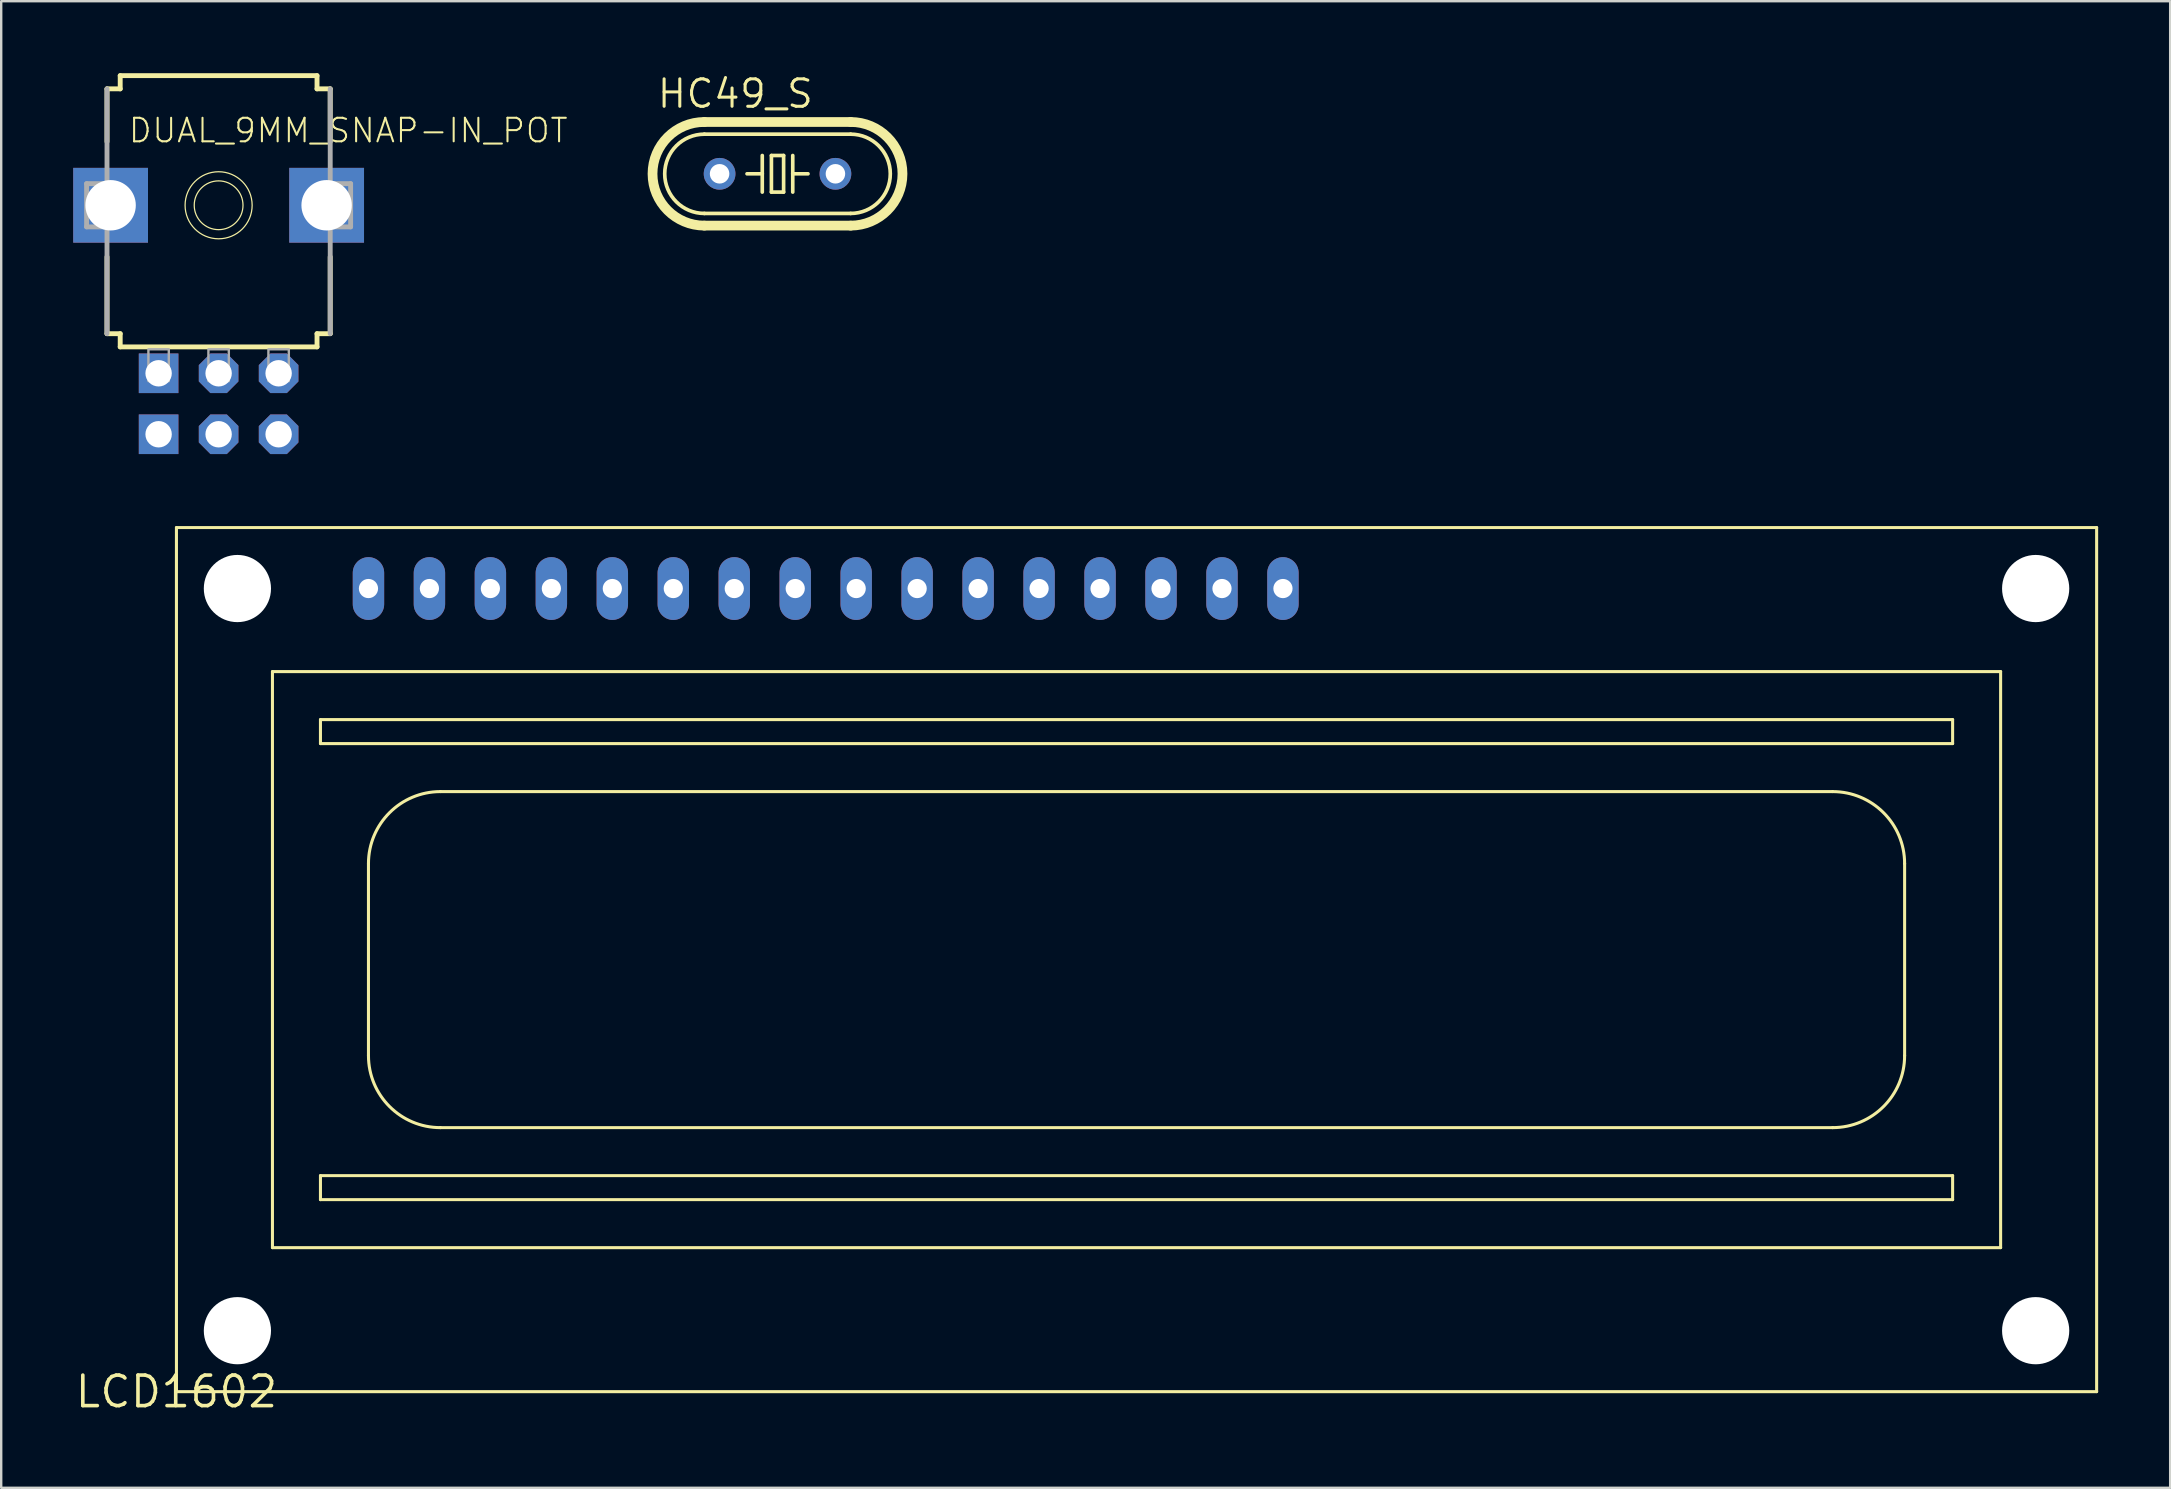
<source format=kicad_pcb>
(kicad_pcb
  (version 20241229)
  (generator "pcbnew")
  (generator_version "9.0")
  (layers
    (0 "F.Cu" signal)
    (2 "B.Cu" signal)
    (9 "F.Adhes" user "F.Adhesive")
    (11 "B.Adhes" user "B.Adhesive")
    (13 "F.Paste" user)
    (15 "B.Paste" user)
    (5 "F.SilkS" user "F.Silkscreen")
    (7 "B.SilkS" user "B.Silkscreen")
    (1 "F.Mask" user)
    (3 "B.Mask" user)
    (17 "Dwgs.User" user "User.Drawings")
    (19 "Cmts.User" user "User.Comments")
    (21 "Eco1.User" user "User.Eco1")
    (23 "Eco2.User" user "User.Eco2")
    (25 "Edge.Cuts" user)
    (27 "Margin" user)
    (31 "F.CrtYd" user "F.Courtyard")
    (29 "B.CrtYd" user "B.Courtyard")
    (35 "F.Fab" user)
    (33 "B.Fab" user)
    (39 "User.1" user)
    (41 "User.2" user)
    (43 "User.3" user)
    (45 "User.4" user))
  (footprint "LCD1602"
    (layer "F.Cu")
    (at 4.301 54.93)
    (property "Reference" "LCD1602" (at 0 0 0) (layer "F.SilkS") (effects (font (size 1.27 1.27) (thickness 0.15))))
    (fp_line (start 0 -36) (end 0 0) (stroke (width 0.127) (type solid)) (layer "F.SilkS"))
    (fp_line (start 0 0) (end 80 0) (stroke (width 0.127) (type solid)) (layer "F.SilkS"))
    (fp_line (start 4 -30) (end 76 -30) (stroke (width 0.127) (type solid)) (layer "F.SilkS"))
    (fp_line (start 4 -6) (end 4 -30) (stroke (width 0.127) (type solid)) (layer "F.SilkS"))
    (fp_line (start 6 -28) (end 74 -28) (stroke (width 0.127) (type solid)) (layer "F.SilkS"))
    (fp_line (start 6 -27) (end 6 -28) (stroke (width 0.127) (type solid)) (layer "F.SilkS"))
    (fp_line (start 6 -9) (end 6 -8) (stroke (width 0.127) (type solid)) (layer "F.SilkS"))
    (fp_line (start 6 -8) (end 74 -8) (stroke (width 0.127) (type solid)) (layer "F.SilkS"))
    (fp_line (start 8 -22) (end 8 -14) (stroke (width 0.127) (type solid)) (layer "F.SilkS"))
    (fp_line (start 11 -11) (end 69 -11) (stroke (width 0.127) (type solid)) (layer "F.SilkS"))
    (fp_line (start 69 -25) (end 11 -25) (stroke (width 0.127) (type solid)) (layer "F.SilkS"))
    (fp_line (start 72 -14) (end 72 -22) (stroke (width 0.127) (type solid)) (layer "F.SilkS"))
    (fp_line (start 74 -28) (end 74 -27) (stroke (width 0.127) (type solid)) (layer "F.SilkS"))
    (fp_line (start 74 -27) (end 6 -27) (stroke (width 0.127) (type solid)) (layer "F.SilkS"))
    (fp_line (start 74 -9) (end 6 -9) (stroke (width 0.127) (type solid)) (layer "F.SilkS"))
    (fp_line (start 74 -8) (end 74 -9) (stroke (width 0.127) (type solid)) (layer "F.SilkS"))
    (fp_line (start 76 -30) (end 76 -6) (stroke (width 0.127) (type solid)) (layer "F.SilkS"))
    (fp_line (start 76 -6) (end 4 -6) (stroke (width 0.127) (type solid)) (layer "F.SilkS"))
    (fp_line (start 80 -36) (end 0 -36) (stroke (width 0.127) (type solid)) (layer "F.SilkS"))
    (fp_line (start 80 0) (end 80 -36) (stroke (width 0.127) (type solid)) (layer "F.SilkS"))
    (fp_arc (start 8 -22) (mid 8.87868 -24.12132) (end 11 -25) (stroke (width 0.127) (type solid)) (layer "F.SilkS"))
    (fp_arc (start 11 -11) (mid 8.87868 -11.87868) (end 8 -14) (stroke (width 0.127) (type solid)) (layer "F.SilkS"))
    (fp_arc (start 69 -25) (mid 71.12132 -24.12132) (end 72 -22) (stroke (width 0.127) (type solid)) (layer "F.SilkS"))
    (fp_arc (start 72 -14) (mid 71.12132 -11.87868) (end 69 -11) (stroke (width 0.127) (type solid)) (layer "F.SilkS"))
    (pad "" np_thru_hole circle (at 2.54 -33.46) (size 2.8 2.8) (drill 2.8) (layers "*.Cu" "*.Mask"))
    (pad "" np_thru_hole circle (at 2.54 -2.54) (size 2.8 2.8) (drill 2.8) (layers "*.Cu" "*.Mask"))
    (pad "" np_thru_hole circle (at 77.46 -33.46) (size 2.8 2.8) (drill 2.8) (layers "*.Cu" "*.Mask"))
    (pad "" np_thru_hole circle (at 77.46 -2.54) (size 2.8 2.8) (drill 2.8) (layers "*.Cu" "*.Mask"))
    (pad "1" thru_hole oval (at 8 -33.46 90) (size 2.616 1.308) (drill 0.8) (layers "*.Cu" "*.Mask"))
    (pad "2" thru_hole oval (at 10.54 -33.46 90) (size 2.616 1.308) (drill 0.8) (layers "*.Cu" "*.Mask"))
    (pad "3" thru_hole oval (at 13.08 -33.46 90) (size 2.616 1.308) (drill 0.8) (layers "*.Cu" "*.Mask"))
    (pad "4" thru_hole oval (at 15.62 -33.46 90) (size 2.616 1.308) (drill 0.8) (layers "*.Cu" "*.Mask"))
    (pad "5" thru_hole oval (at 18.16 -33.46 90) (size 2.616 1.308) (drill 0.8) (layers "*.Cu" "*.Mask"))
    (pad "6" thru_hole oval (at 20.7 -33.46 90) (size 2.616 1.308) (drill 0.8) (layers "*.Cu" "*.Mask"))
    (pad "7" thru_hole oval (at 23.24 -33.46 90) (size 2.616 1.308) (drill 0.8) (layers "*.Cu" "*.Mask"))
    (pad "8" thru_hole oval (at 25.78 -33.46 90) (size 2.616 1.308) (drill 0.8) (layers "*.Cu" "*.Mask"))
    (pad "9" thru_hole oval (at 28.32 -33.46 90) (size 2.616 1.308) (drill 0.8) (layers "*.Cu" "*.Mask"))
    (pad "10" thru_hole oval (at 30.86 -33.46 90) (size 2.616 1.308) (drill 0.8) (layers "*.Cu" "*.Mask"))
    (pad "11" thru_hole oval (at 33.4 -33.46 90) (size 2.616 1.308) (drill 0.8) (layers "*.Cu" "*.Mask"))
    (pad "12" thru_hole oval (at 35.94 -33.46 90) (size 2.616 1.308) (drill 0.8) (layers "*.Cu" "*.Mask"))
    (pad "13" thru_hole oval (at 38.48 -33.46 90) (size 2.616 1.308) (drill 0.8) (layers "*.Cu" "*.Mask"))
    (pad "14" thru_hole oval (at 41.02 -33.46 90) (size 2.616 1.308) (drill 0.8) (layers "*.Cu" "*.Mask"))
    (pad "15" thru_hole oval (at 43.56 -33.46 90) (size 2.616 1.308) (drill 0.8) (layers "*.Cu" "*.Mask"))
    (pad "16" thru_hole oval (at 46.1 -33.46 90) (size 2.616 1.308) (drill 0.8) (layers "*.Cu" "*.Mask")))
  (footprint "DUAL_9MM_SNAP-IN_POT"
    (layer "F.Cu")
    (at 6.058 5.502)
    (property "Reference" "DUAL_9MM_SNAP-IN_POT" (at -3.81 -2.54 0) (layer "F.SilkS") (effects (font (size 0.981 0.981) (thickness 0.085)) (justify left bottom)))
    (fp_line (start -4.65 -2.65) (end -4.65 -4.85) (stroke (width 0.203) (type solid)) (layer "F.SilkS"))
    (fp_line (start -4.65 5.35) (end -4.65 2.15) (stroke (width 0.203) (type solid)) (layer "F.SilkS"))
    (fp_line (start -4.65 5.35) (end -4.1 5.35) (stroke (width 0.203) (type solid)) (layer "F.SilkS"))
    (fp_line (start -4.1 -5.4) (end -4.1 -4.85) (stroke (width 0.203) (type solid)) (layer "F.SilkS"))
    (fp_line (start -4.1 -5.4) (end 4.1 -5.4) (stroke (width 0.203) (type solid)) (layer "F.SilkS"))
    (fp_line (start -4.1 -4.85) (end -4.65 -4.85) (stroke (width 0.203) (type solid)) (layer "F.SilkS"))
    (fp_line (start -4.1 5.35) (end -4.1 5.9) (stroke (width 0.203) (type solid)) (layer "F.SilkS"))
    (fp_line (start 4.1 -4.85) (end 4.1 -5.4) (stroke (width 0.203) (type solid)) (layer "F.SilkS"))
    (fp_line (start 4.1 5.35) (end 4.65 5.35) (stroke (width 0.203) (type solid)) (layer "F.SilkS"))
    (fp_line (start 4.1 5.9) (end -4.1 5.9) (stroke (width 0.203) (type solid)) (layer "F.SilkS"))
    (fp_line (start 4.1 5.9) (end 4.1 5.35) (stroke (width 0.203) (type solid)) (layer "F.SilkS"))
    (fp_line (start 4.65 -4.85) (end 4.1 -4.85) (stroke (width 0.203) (type solid)) (layer "F.SilkS"))
    (fp_line (start 4.65 -4.85) (end 4.65 -2.65) (stroke (width 0.203) (type solid)) (layer "F.SilkS"))
    (fp_line (start 4.65 2.15) (end 4.65 5.35) (stroke (width 0.203) (type solid)) (layer "F.SilkS"))
    (fp_circle (center 0 0) (end 1.016 0) (stroke (width 0.051) (type solid)) (fill no) (layer "F.SilkS"))
    (fp_circle (center 0 0) (end 1.397 0) (stroke (width 0.051) (type solid)) (fill no) (layer "F.SilkS"))
    (fp_line (start -5.5 -0.9) (end -5.5 0.9) (stroke (width 0.203) (type solid)) (layer "F.Fab"))
    (fp_line (start -5.5 0.9) (end -4.75 0.9) (stroke (width 0.203) (type solid)) (layer "F.Fab"))
    (fp_line (start -4.75 -0.9) (end -5.5 -0.9) (stroke (width 0.203) (type solid)) (layer "F.Fab"))
    (fp_line (start -4.65 5.35) (end -4.65 -4.85) (stroke (width 0.203) (type solid)) (layer "F.Fab"))
    (fp_line (start 4.65 -4.85) (end 4.65 5.35) (stroke (width 0.203) (type solid)) (layer "F.Fab"))
    (fp_line (start 4.75 0.9) (end 5.5 0.9) (stroke (width 0.203) (type solid)) (layer "F.Fab"))
    (fp_line (start 5.5 -0.9) (end 4.75 -0.9) (stroke (width 0.203) (type solid)) (layer "F.Fab"))
    (fp_line (start 5.5 0.9) (end 5.5 -0.9) (stroke (width 0.203) (type solid)) (layer "F.Fab"))
    (fp_poly (pts (xy -2.925 7.325) (xy -2.075 7.325) (xy -2.075 6) (xy -2.925 6)) (stroke (width 0.1) (type solid)) (fill no) (layer "F.Fab"))
    (fp_poly (pts (xy -0.425 7.325) (xy 0.425 7.325) (xy 0.425 6) (xy -0.425 6)) (stroke (width 0.1) (type solid)) (fill no) (layer "F.Fab"))
    (fp_poly (pts (xy 2.075 7.325) (xy 2.925 7.325) (xy 2.925 6) (xy 2.075 6)) (stroke (width 0.1) (type solid)) (fill no) (layer "F.Fab"))
    (pad "1" thru_hole rect (at -2.5 7 270) (size 1.65 1.65) (drill 1.1) (layers "*.Cu" "*.Mask"))
    (pad "1B" thru_hole rect (at -2.5 9.54 270) (size 1.65 1.65) (drill 1.1) (layers "*.Cu" "*.Mask"))
    (pad "2" thru_hole roundrect (at 0 7 270) (size 1.65 1.65) (drill 1.1) (layers "*.Cu" "*.Mask") (roundrect_rratio 0.25) (chamfer_ratio 0.293) (chamfer top_left top_right bottom_left bottom_right))
    (pad "2B" thru_hole roundrect (at 0 9.54 270) (size 1.65 1.65) (drill 1.1) (layers "*.Cu" "*.Mask") (roundrect_rratio 0.25) (chamfer_ratio 0.293) (chamfer top_left top_right bottom_left bottom_right))
    (pad "3" thru_hole roundrect (at 2.5 7 270) (size 1.65 1.65) (drill 1.1) (layers "*.Cu" "*.Mask") (roundrect_rratio 0.25) (chamfer_ratio 0.293) (chamfer top_left top_right bottom_left bottom_right))
    (pad "3B" thru_hole roundrect (at 2.5 9.54 270) (size 1.65 1.65) (drill 1.1) (layers "*.Cu" "*.Mask") (roundrect_rratio 0.25) (chamfer_ratio 0.293) (chamfer top_left top_right bottom_left bottom_right))
    (pad "CHASSIS1" thru_hole rect (at -4.5 0 270) (size 3.116 3.116) (drill 2.1) (layers "*.Cu" "*.Mask"))
    (pad "CHASSIS2" thru_hole rect (at 4.5 0 270) (size 3.116 3.116) (drill 2.1) (layers "*.Cu" "*.Mask")))
  (footprint "HC49_S"
    (layer "F.Cu")
    (at 29.343 4.191)
    (property "Reference" "HC49_S" (at -5.08 -2.667 0) (layer "F.SilkS") (effects (font (size 1.143 1.143) (thickness 0.127)) (justify left bottom)))
    (fp_line (start -3.048 -2.159) (end 3.048 -2.159) (stroke (width 0.406) (type solid)) (layer "F.SilkS"))
    (fp_line (start -3.048 1.651) (end 3.048 1.651) (stroke (width 0.152) (type solid)) (layer "F.SilkS"))
    (fp_line (start -3.048 2.159) (end 3.048 2.159) (stroke (width 0.406) (type solid)) (layer "F.SilkS"))
    (fp_line (start -0.635 -0.762) (end -0.635 0) (stroke (width 0.152) (type solid)) (layer "F.SilkS"))
    (fp_line (start -0.635 0) (end -1.27 0) (stroke (width 0.152) (type solid)) (layer "F.SilkS"))
    (fp_line (start -0.635 0) (end -0.635 0.762) (stroke (width 0.152) (type solid)) (layer "F.SilkS"))
    (fp_line (start -0.254 -0.762) (end 0.254 -0.762) (stroke (width 0.152) (type solid)) (layer "F.SilkS"))
    (fp_line (start -0.254 0.762) (end -0.254 -0.762) (stroke (width 0.152) (type solid)) (layer "F.SilkS"))
    (fp_line (start 0.254 -0.762) (end 0.254 0.762) (stroke (width 0.152) (type solid)) (layer "F.SilkS"))
    (fp_line (start 0.254 0.762) (end -0.254 0.762) (stroke (width 0.152) (type solid)) (layer "F.SilkS"))
    (fp_line (start 0.635 -0.762) (end 0.635 0) (stroke (width 0.152) (type solid)) (layer "F.SilkS"))
    (fp_line (start 0.635 0) (end 0.635 0.762) (stroke (width 0.152) (type solid)) (layer "F.SilkS"))
    (fp_line (start 0.635 0) (end 1.27 0) (stroke (width 0.152) (type solid)) (layer "F.SilkS"))
    (fp_line (start 3.048 -1.651) (end -3.048 -1.651) (stroke (width 0.152) (type solid)) (layer "F.SilkS"))
    (fp_arc (start -3.048 1.651) (mid -4.699 0) (end -3.048 -1.651) (stroke (width 0.1524) (type solid)) (layer "F.SilkS"))
    (fp_arc (start -3.048 2.159) (mid -5.207 0) (end -3.048 -2.159) (stroke (width 0.4064) (type solid)) (layer "F.SilkS"))
    (fp_arc (start 3.048 -2.159) (mid 5.207 0) (end 3.048 2.159) (stroke (width 0.4064) (type solid)) (layer "F.SilkS"))
    (fp_arc (start 3.048 -1.651) (mid 4.699 0) (end 3.048 1.651) (stroke (width 0.1524) (type solid)) (layer "F.SilkS"))
    (pad "1" thru_hole circle (at -2.413 0) (size 1.321 1.321) (drill 0.813) (layers "*.Cu" "*.Mask"))
    (pad "2" thru_hole circle (at 2.413 0) (size 1.321 1.321) (drill 0.813) (layers "*.Cu" "*.Mask"))
    (zone (net_name "") (layers "F.Cu" "B.Cu") (hatch edge 0.508) (connect_pads) (min_thickness 0.254) (filled_areas_thickness no) (keepout (tracks allowed) (vias not_allowed) (pads allowed) (copperpour allowed) (footprints allowed)) (placement (enabled no)) (fill) (polygon (pts (xy 23.628 5.461) (xy 24.263 5.461) (xy 24.263 2.921) (xy 23.628 2.921))))
    (zone (net_name "") (layers "F.Cu" "B.Cu") (hatch edge 0.508) (connect_pads) (min_thickness 0.254) (filled_areas_thickness no) (keepout (tracks allowed) (vias not_allowed) (pads allowed) (copperpour allowed) (footprints allowed)) (placement (enabled no)) (fill) (polygon (pts (xy 24.263 6.096) (xy 24.898 6.096) (xy 24.898 2.286) (xy 24.263 2.286))))
    (zone (net_name "") (layers "F.Cu" "B.Cu") (hatch edge 0.508) (connect_pads) (min_thickness 0.254) (filled_areas_thickness no) (keepout (tracks allowed) (vias not_allowed) (pads allowed) (copperpour allowed) (footprints allowed)) (placement (enabled no)) (fill) (polygon (pts (xy 24.898 6.731) (xy 33.788 6.731) (xy 33.788 1.651) (xy 24.898 1.651))))
    (zone (net_name "") (layers "F.Cu" "B.Cu") (hatch edge 0.508) (connect_pads) (min_thickness 0.254) (filled_areas_thickness no) (keepout (tracks allowed) (vias not_allowed) (pads allowed) (copperpour allowed) (footprints allowed)) (placement (enabled no)) (fill) (polygon (pts (xy 33.788 6.096) (xy 34.423 6.096) (xy 34.423 2.286) (xy 33.788 2.286))))
    (zone (net_name "") (layers "F.Cu" "B.Cu") (hatch edge 0.508) (connect_pads) (min_thickness 0.254) (filled_areas_thickness no) (keepout (tracks allowed) (vias not_allowed) (pads allowed) (copperpour allowed) (footprints allowed)) (placement (enabled no)) (fill) (polygon (pts (xy 34.423 5.461) (xy 35.058 5.461) (xy 35.058 2.921) (xy 34.423 2.921)))))
  (gr_rect
    (start -3 -3)
    (end 87.365 58.936)
    (stroke (width 0.1) (type default))
    (fill no)
    (layer "Edge.Cuts")))
</source>
